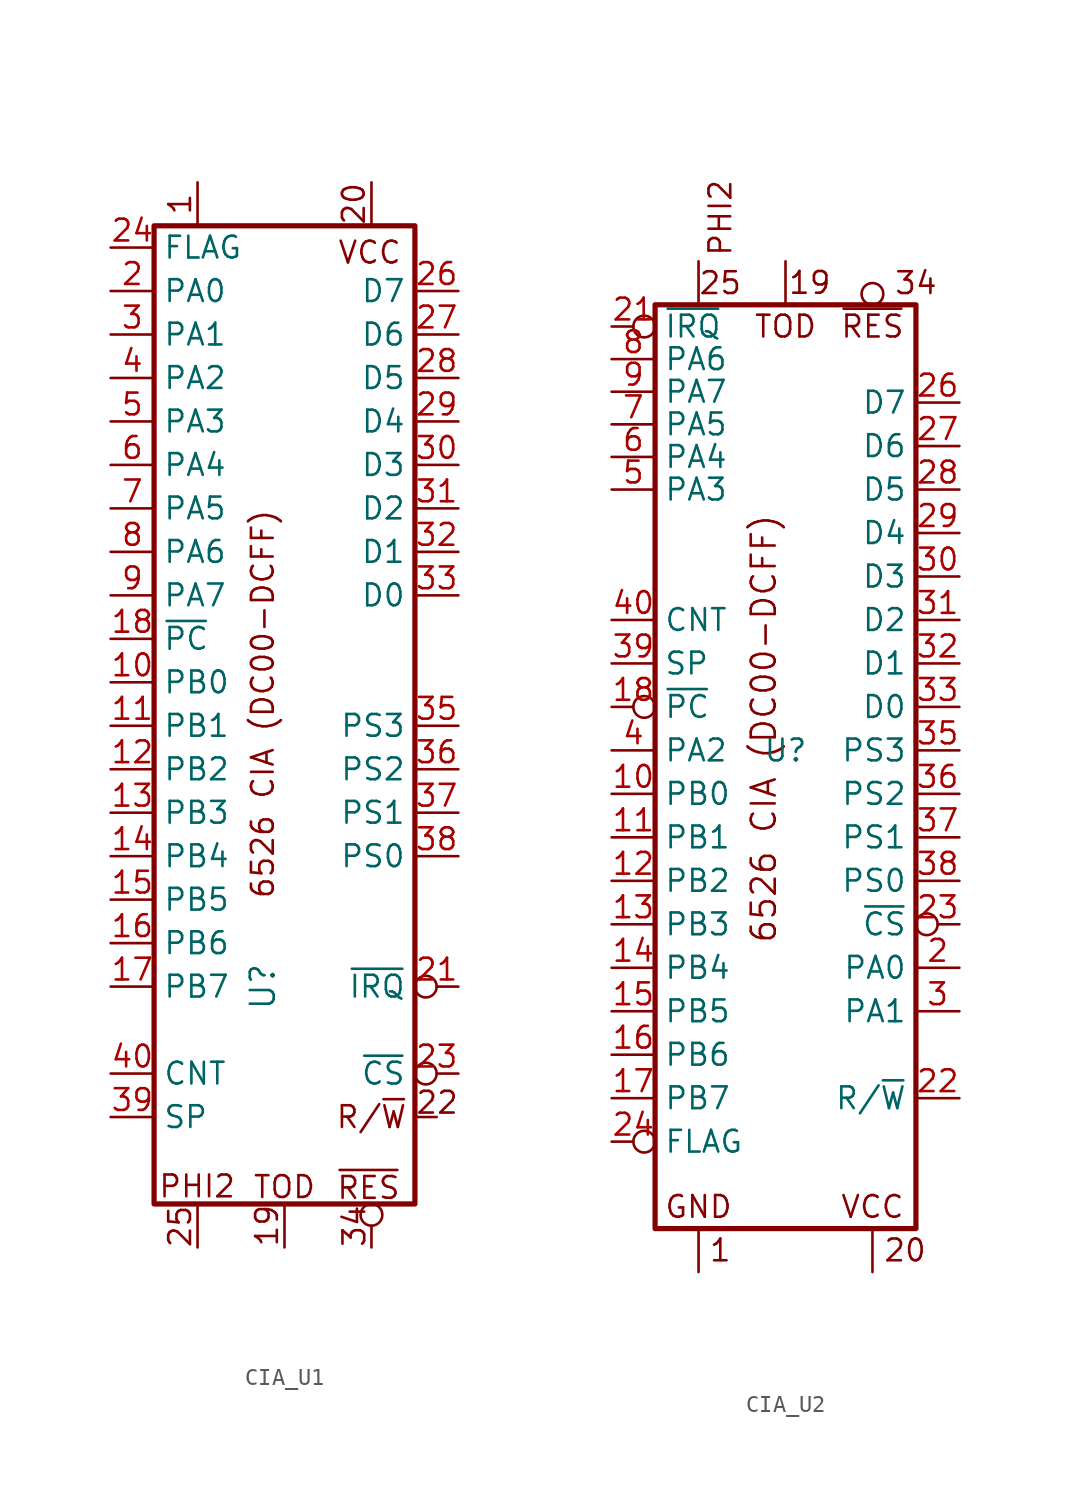
<source format=kicad_sym>
(kicad_symbol_lib
  (version 20220914)
  (generator kicad_symbol_editor)
  (symbol "CIA_U1"
    (property "Reference" "U"
      (at -1.27 -15.24 90)
      (effects (font (size 1.4 1.4))))
    (property "Value" ""
      (at 0 0 0)
      (effects (font (size 1.27 1.27))))
    (symbol "CIA_U1_0_0"
      (polyline (pts (xy -5.08 -27.94) (xy -5.08 -30.48)) (stroke (width 0) (type default)) (fill (type none)))
      (polyline (pts (xy 0 -30.48) (xy 0 -27.94)) (stroke (width 0) (type default)) (fill (type none)))
      (polyline (pts (xy 5.08 29.21) (xy 5.08 31.75)) (stroke (width 0) (type default)) (fill (type none)))
      (text "1" (at -6.107 30.477 900) (effects (font (size 1.27 1.27))))
      (text "19" (at -1.028 -29.206 900) (effects (font (size 1.27 1.27))))
      (text "20" (at 4.046 30.494 900) (effects (font (size 1.27 1.27))))
      (text "22" (at 8.916 -22.018 0) (effects (font (size 1.27 1.27))))
      (text "25" (at -6.105 -29.257 900) (effects (font (size 1.27 1.27))))
      (text "34" (at 4.076 -29.233 900) (effects (font (size 1.27 1.27))))
      (text "6526 CIA (DC00-DCFF)" (at -1.27 1.27 900) (effects (font (face "KiCad Font") (size 1.27 1.27))))
      (text "PHI2" (at -5.103 -26.907 0) (effects (font (size 1.27 1.27))))
      (text "R/~{W}" (at 5.08 -22.86 0) (effects (font (size 1.27 1.27))))
      (text "TOD" (at -0.001 -26.947 0) (effects (font (size 1.27 1.27))))
      (text "VCC" (at 4.976 27.651 0) (effects (font (size 1.27 1.27))))
      (text "~{RES}" (at 4.907 -26.997 0) (effects (font (size 1.27 1.27)))))
    (symbol "CIA_U1_0_1"
      (rectangle (start -7.62 29.21) (end 7.62 -27.94) (stroke (width 0.305) (type default)) (fill (type none)))
      (polyline (pts (xy -5.08 29.21) (xy -5.08 31.75)) (stroke (width 0) (type default)) (fill (type none)))
      (polyline (pts (xy 5.08 -30.48) (xy 5.08 -29.21)) (stroke (width 0) (type default)) (fill (type none)))
      (polyline (pts (xy 8.89 -22.86) (xy 7.62 -22.86)) (stroke (width 0) (type default)) (fill (type none)))
      (circle (center 5.08 -28.575) (radius 0.635) (stroke (width 0) (type default)) (fill (type none))))
    (symbol "CIA_U1_1_0"
      (pin input line (at -10.16 2.54 0) (length 2.54) (name "PB0" (effects (font (size 1.27 1.27)))) (number "10" (effects (font (size 1.27 1.27)))))
      (pin input line (at -10.16 0 0) (length 2.54) (name "PB1" (effects (font (size 1.27 1.27)))) (number "11" (effects (font (size 1.27 1.27)))))
      (pin input line (at -10.16 -2.54 0) (length 2.54) (name "PB2" (effects (font (size 1.27 1.27)))) (number "12" (effects (font (size 1.27 1.27)))))
      (pin input line (at -10.16 -5.08 0) (length 2.54) (name "PB3" (effects (font (size 1.27 1.27)))) (number "13" (effects (font (size 1.27 1.27)))))
      (pin input line (at -10.16 -7.62 0) (length 2.54) (name "PB4" (effects (font (size 1.27 1.27)))) (number "14" (effects (font (size 1.27 1.27)))))
      (pin input line (at -10.16 -10.16 0) (length 2.54) (name "PB5" (effects (font (size 1.27 1.27)))) (number "15" (effects (font (size 1.27 1.27)))))
      (pin input line (at -10.16 -12.7 0) (length 2.54) (name "PB6" (effects (font (size 1.27 1.27)))) (number "16" (effects (font (size 1.27 1.27)))))
      (pin input line (at -10.16 -15.24 0) (length 2.54) (name "PB7" (effects (font (size 1.27 1.27)))) (number "17" (effects (font (size 1.27 1.27)))))
      (pin input line (at -10.16 5.08 0) (length 2.54) (name "~{PC}" (effects (font (size 1.27 1.27)))) (number "18" (effects (font (size 1.27 1.27)))))
      (pin input line (at -10.16 25.4 0) (length 2.54) (name "PA0" (effects (font (size 1.27 1.27)))) (number "2" (effects (font (size 1.27 1.27)))))
      (pin input inverted (at 10.16 -15.24 180) (length 2.54) (name "~{IRQ}" (effects (font (size 1.27 1.27)))) (number "21" (effects (font (size 1.27 1.27)))))
      (pin input line (at 8.89 -22.86 180) (length 1.27) hide (name "R/~{W}" (effects (font (size 1.27 1.27)))) (number "22" (effects (font (size 1.27 1.27)))))
      (pin input inverted (at 10.16 -20.32 180) (length 2.54) (name "~{CS}" (effects (font (size 1.27 1.27)))) (number "23" (effects (font (size 1.27 1.27)))))
      (pin input line (at -10.16 27.94 0) (length 2.54) (name "FLAG" (effects (font (size 1.27 1.27)))) (number "24" (effects (font (size 1.27 1.27)))))
      (pin input line (at 10.16 25.4 180) (length 2.54) (name "D7" (effects (font (size 1.27 1.27)))) (number "26" (effects (font (size 1.27 1.27)))))
      (pin input line (at 10.16 22.86 180) (length 2.54) (name "D6" (effects (font (size 1.27 1.27)))) (number "27" (effects (font (size 1.27 1.27)))))
      (pin input line (at 10.16 20.32 180) (length 2.54) (name "D5" (effects (font (size 1.27 1.27)))) (number "28" (effects (font (size 1.27 1.27)))))
      (pin input line (at 10.16 17.78 180) (length 2.54) (name "D4" (effects (font (size 1.27 1.27)))) (number "29" (effects (font (size 1.27 1.27)))))
      (pin input line (at -10.16 22.86 0) (length 2.54) (name "PA1" (effects (font (size 1.27 1.27)))) (number "3" (effects (font (size 1.27 1.27)))))
      (pin input line (at 10.16 15.24 180) (length 2.54) (name "D3" (effects (font (size 1.27 1.27)))) (number "30" (effects (font (size 1.27 1.27)))))
      (pin input line (at 10.16 12.7 180) (length 2.54) (name "D2" (effects (font (size 1.27 1.27)))) (number "31" (effects (font (size 1.27 1.27)))))
      (pin input line (at 10.16 10.16 180) (length 2.54) (name "D1" (effects (font (size 1.27 1.27)))) (number "32" (effects (font (size 1.27 1.27)))))
      (pin input line (at 10.16 0 180) (length 2.54) (name "PS3" (effects (font (size 1.27 1.27)))) (number "35" (effects (font (size 1.27 1.27)))))
      (pin input line (at 10.16 -2.54 180) (length 2.54) (name "PS2" (effects (font (size 1.27 1.27)))) (number "36" (effects (font (size 1.27 1.27)))))
      (pin input line (at 10.16 -5.08 180) (length 2.54) (name "PS1" (effects (font (size 1.27 1.27)))) (number "37" (effects (font (size 1.27 1.27)))))
      (pin input line (at 10.16 -7.62 180) (length 2.54) (name "PS0" (effects (font (size 1.27 1.27)))) (number "38" (effects (font (size 1.27 1.27)))))
      (pin input line (at -10.16 20.32 0) (length 2.54) (name "PA2" (effects (font (size 1.27 1.27)))) (number "4" (effects (font (size 1.27 1.27)))))
      (pin input line (at -10.16 17.78 0) (length 2.54) (name "PA3" (effects (font (size 1.27 1.27)))) (number "5" (effects (font (size 1.27 1.27)))))
      (pin input line (at -10.16 15.24 0) (length 2.54) (name "PA4" (effects (font (size 1.27 1.27)))) (number "6" (effects (font (size 1.27 1.27)))))
      (pin input line (at -10.16 12.7 0) (length 2.54) (name "PA5" (effects (font (size 1.27 1.27)))) (number "7" (effects (font (size 1.27 1.27)))))
      (pin input line (at -10.16 10.16 0) (length 2.54) (name "PA6" (effects (font (size 1.27 1.27)))) (number "8" (effects (font (size 1.27 1.27)))))
      (pin input line (at -10.16 7.62 0) (length 2.54) (name "PA7" (effects (font (size 1.27 1.27)))) (number "9" (effects (font (size 1.27 1.27))))))
    (symbol "CIA_U1_1_1"
      (pin input line (at -5.08 31.75 270) (length 2.54) hide (name "GND" (effects (font (size 1.27 1.27)))) (number "1" (effects (font (size 1.27 1.27)))))
      (pin input line (at 0 -30.48 90) (length 2.54) hide (name "TOD" (effects (font (size 1.27 1.27)))) (number "19" (effects (font (size 1.27 1.27)))))
      (pin input line (at 5.08 31.75 270) (length 2.54) hide (name "VCC" (effects (font (size 1.27 1.27)))) (number "20" (effects (font (size 1.27 1.27)))))
      (pin input line (at -5.08 -30.48 90) (length 2.54) hide (name "PHI2" (effects (font (size 1.27 1.27)))) (number "25" (effects (font (size 1.27 1.27)))))
      (pin input line (at 10.16 7.62 180) (length 2.54) (name "D0" (effects (font (size 1.27 1.27)))) (number "33" (effects (font (size 1.27 1.27)))))
      (pin input inverted (at 5.08 -30.48 90) (length 2.54) hide (name "~{RES}" (effects (font (size 1.27 1.27)))) (number "34" (effects (font (size 1.27 1.27)))))
      (pin input line (at -10.16 -22.86 0) (length 2.54) (name "SP" (effects (font (size 1.27 1.27)))) (number "39" (effects (font (size 1.27 1.27)))))
      (pin input line (at -10.16 -20.32 0) (length 2.54) (name "CNT" (effects (font (size 1.27 1.27)))) (number "40" (effects (font (size 1.27 1.27)))))))
  (symbol "CIA_U2"
    (property "Reference" "U"
      (at 0 0 0)
      (effects (font (size 1.27 1.27))))
    (property "Value" ""
      (at 0 0 0)
      (effects (font (size 1.27 1.27))))
    (symbol "CIA_U2_0_0"
      (polyline (pts (xy -5.08 -27.94) (xy -5.08 -30.48)) (stroke (width 0) (type default)) (fill (type none)))
      (polyline (pts (xy 0 26.035) (xy 0 28.575)) (stroke (width 0) (type default)) (fill (type none)))
      (polyline (pts (xy 5.08 -30.48) (xy 5.08 -27.94)) (stroke (width 0) (type default)) (fill (type none)))
      (text "1" (at -3.81 -29.21 0) (effects (font (size 1.27 1.27))))
      (text "19" (at 1.419 27.319 0) (effects (font (size 1.27 1.27))))
      (text "20" (at 6.985 -29.21 0) (effects (font (size 1.27 1.27))))
      (text "25" (at -3.81 27.305 0) (effects (font (size 1.27 1.27))))
      (text "34" (at 7.62 27.305 0) (effects (font (size 1.27 1.27))))
      (text "6526 CIA (DC00-DCFF)" (at -1.27 1.27 900) (effects (font (size 1.4 1.4))))
      (text "GND" (at -5.08 -26.67 0) (effects (font (size 1.27 1.27))))
      (text "PHI2" (at -3.81 31.115 900) (effects (font (size 1.27 1.27))))
      (text "TOD" (at 0 24.765 0) (effects (font (size 1.27 1.27))))
      (text "VCC" (at 5.08 -26.67 0) (effects (font (size 1.27 1.27))))
      (text "~{RES}" (at 5.08 24.765 0) (effects (font (size 1.27 1.27)))))
    (symbol "CIA_U2_0_1"
      (rectangle (start -7.62 26.035) (end 7.62 -27.94) (stroke (width 0.305) (type default)) (fill (type none)))
      (polyline (pts (xy -5.08 26.035) (xy -5.08 28.575)) (stroke (width 0) (type default)) (fill (type none)))
      (circle (center 5.08 26.67) (radius 0.635) (stroke (width 0) (type default)) (fill (type none))))
    (symbol "CIA_U2_1_0"
      (pin input line (at -10.16 -2.54 0) (length 2.54) (name "PB0" (effects (font (size 1.27 1.27)))) (number "10" (effects (font (size 1.27 1.27)))))
      (pin input line (at -10.16 -5.08 0) (length 2.54) (name "PB1" (effects (font (size 1.27 1.27)))) (number "11" (effects (font (size 1.27 1.27)))))
      (pin input line (at -10.16 -7.62 0) (length 2.54) (name "PB2" (effects (font (size 1.27 1.27)))) (number "12" (effects (font (size 1.27 1.27)))))
      (pin input line (at -10.16 -10.16 0) (length 2.54) (name "PB3" (effects (font (size 1.27 1.27)))) (number "13" (effects (font (size 1.27 1.27)))))
      (pin input line (at -10.16 -12.7 0) (length 2.54) (name "PB4" (effects (font (size 1.27 1.27)))) (number "14" (effects (font (size 1.27 1.27)))))
      (pin input line (at -10.16 -15.24 0) (length 2.54) (name "PB5" (effects (font (size 1.27 1.27)))) (number "15" (effects (font (size 1.27 1.27)))))
      (pin input line (at -10.16 -17.78 0) (length 2.54) (name "PB6" (effects (font (size 1.27 1.27)))) (number "16" (effects (font (size 1.27 1.27)))))
      (pin input line (at -10.16 -20.32 0) (length 2.54) (name "PB7" (effects (font (size 1.27 1.27)))) (number "17" (effects (font (size 1.27 1.27)))))
      (pin input inverted (at -10.16 2.54 0) (length 2.54) (name "~{PC}" (effects (font (size 1.27 1.27)))) (number "18" (effects (font (size 1.27 1.27)))))
      (pin input line (at 10.16 -12.7 180) (length 2.54) (name "PA0" (effects (font (size 1.27 1.27)))) (number "2" (effects (font (size 1.27 1.27)))))
      (pin input inverted (at -10.16 24.765 0) (length 2.54) (name "~{IRQ}" (effects (font (size 1.27 1.27)))) (number "21" (effects (font (size 1.27 1.27)))))
      (pin input line (at 10.16 -20.32 180) (length 2.54) (name "R/~{W}" (effects (font (size 1.27 1.27)))) (number "22" (effects (font (size 1.27 1.27)))))
      (pin input inverted (at 10.16 -10.16 180) (length 2.54) (name "~{CS}" (effects (font (size 1.27 1.27)))) (number "23" (effects (font (size 1.27 1.27)))))
      (pin input inverted (at -10.16 -22.86 0) (length 2.54) (name "FLAG" (effects (font (size 1.27 1.27)))) (number "24" (effects (font (size 1.27 1.27)))))
      (pin input line (at 10.16 20.32 180) (length 2.54) (name "D7" (effects (font (size 1.27 1.27)))) (number "26" (effects (font (size 1.27 1.27)))))
      (pin input line (at 10.16 17.78 180) (length 2.54) (name "D6" (effects (font (size 1.27 1.27)))) (number "27" (effects (font (size 1.27 1.27)))))
      (pin input line (at 10.16 15.24 180) (length 2.54) (name "D5" (effects (font (size 1.27 1.27)))) (number "28" (effects (font (size 1.27 1.27)))))
      (pin input line (at 10.16 12.7 180) (length 2.54) (name "D4" (effects (font (size 1.27 1.27)))) (number "29" (effects (font (size 1.27 1.27)))))
      (pin input line (at 10.16 -15.24 180) (length 2.54) (name "PA1" (effects (font (size 1.27 1.27)))) (number "3" (effects (font (size 1.27 1.27)))))
      (pin input line (at 10.16 10.16 180) (length 2.54) (name "D3" (effects (font (size 1.27 1.27)))) (number "30" (effects (font (size 1.27 1.27)))))
      (pin input line (at 10.16 7.62 180) (length 2.54) (name "D2" (effects (font (size 1.27 1.27)))) (number "31" (effects (font (size 1.27 1.27)))))
      (pin input line (at 10.16 5.08 180) (length 2.54) (name "D1" (effects (font (size 1.27 1.27)))) (number "32" (effects (font (size 1.27 1.27)))))
      (pin input line (at 10.16 0 180) (length 2.54) (name "PS3" (effects (font (size 1.27 1.27)))) (number "35" (effects (font (size 1.27 1.27)))))
      (pin input line (at 10.16 -2.54 180) (length 2.54) (name "PS2" (effects (font (size 1.27 1.27)))) (number "36" (effects (font (size 1.27 1.27)))))
      (pin input line (at 10.16 -5.08 180) (length 2.54) (name "PS1" (effects (font (size 1.27 1.27)))) (number "37" (effects (font (size 1.27 1.27)))))
      (pin input line (at 10.16 -7.62 180) (length 2.54) (name "PS0" (effects (font (size 1.27 1.27)))) (number "38" (effects (font (size 1.27 1.27)))))
      (pin input line (at -10.16 0 0) (length 2.54) (name "PA2" (effects (font (size 1.27 1.27)))) (number "4" (effects (font (size 1.27 1.27)))))
      (pin input line (at -10.16 15.24 0) (length 2.54) (name "PA3" (effects (font (size 1.27 1.27)))) (number "5" (effects (font (size 1.27 1.27)))))
      (pin input line (at -10.16 17.145 0) (length 2.54) (name "PA4" (effects (font (size 1.27 1.27)))) (number "6" (effects (font (size 1.27 1.27)))))
      (pin input line (at -10.16 19.05 0) (length 2.54) (name "PA5" (effects (font (size 1.27 1.27)))) (number "7" (effects (font (size 1.27 1.27)))))
      (pin input line (at -10.16 22.86 0) (length 2.54) (name "PA6" (effects (font (size 1.27 1.27)))) (number "8" (effects (font (size 1.27 1.27)))))
      (pin input line (at -10.16 20.955 0) (length 2.54) (name "PA7" (effects (font (size 1.27 1.27)))) (number "9" (effects (font (size 1.27 1.27))))))
    (symbol "CIA_U2_1_1"
      (pin input line (at -5.08 -30.48 90) (length 2.54) hide (name "GND" (effects (font (size 1.27 1.27)))) (number "1" (effects (font (size 1.27 1.27)))))
      (pin input line (at 0 28.575 270) (length 2.54) hide (name "TOD" (effects (font (size 1.27 1.27)))) (number "19" (effects (font (size 1.27 1.27)))))
      (pin input line (at 5.08 -30.48 90) (length 2.54) hide (name "VCC" (effects (font (size 1.27 1.27)))) (number "20" (effects (font (size 1.27 1.27)))))
      (pin input line (at -5.08 28.575 270) (length 2.54) hide (name "PHI2" (effects (font (size 1.27 1.27)))) (number "25" (effects (font (size 1.27 1.27)))))
      (pin input line (at 10.16 2.54 180) (length 2.54) (name "D0" (effects (font (size 1.27 1.27)))) (number "33" (effects (font (size 1.27 1.27)))))
      (pin input inverted (at 5.08 27.305 270) (length 2.54) hide (name "~{RES}" (effects (font (size 1.27 1.27)))) (number "34" (effects (font (size 1.27 1.27)))))
      (pin input line (at -10.16 5.08 0) (length 2.54) (name "SP" (effects (font (size 1.27 1.27)))) (number "39" (effects (font (size 1.27 1.27)))))
      (pin input line (at -10.16 7.62 0) (length 2.54) (name "CNT" (effects (font (size 1.27 1.27)))) (number "40" (effects (font (size 1.27 1.27))))))))
</source>
